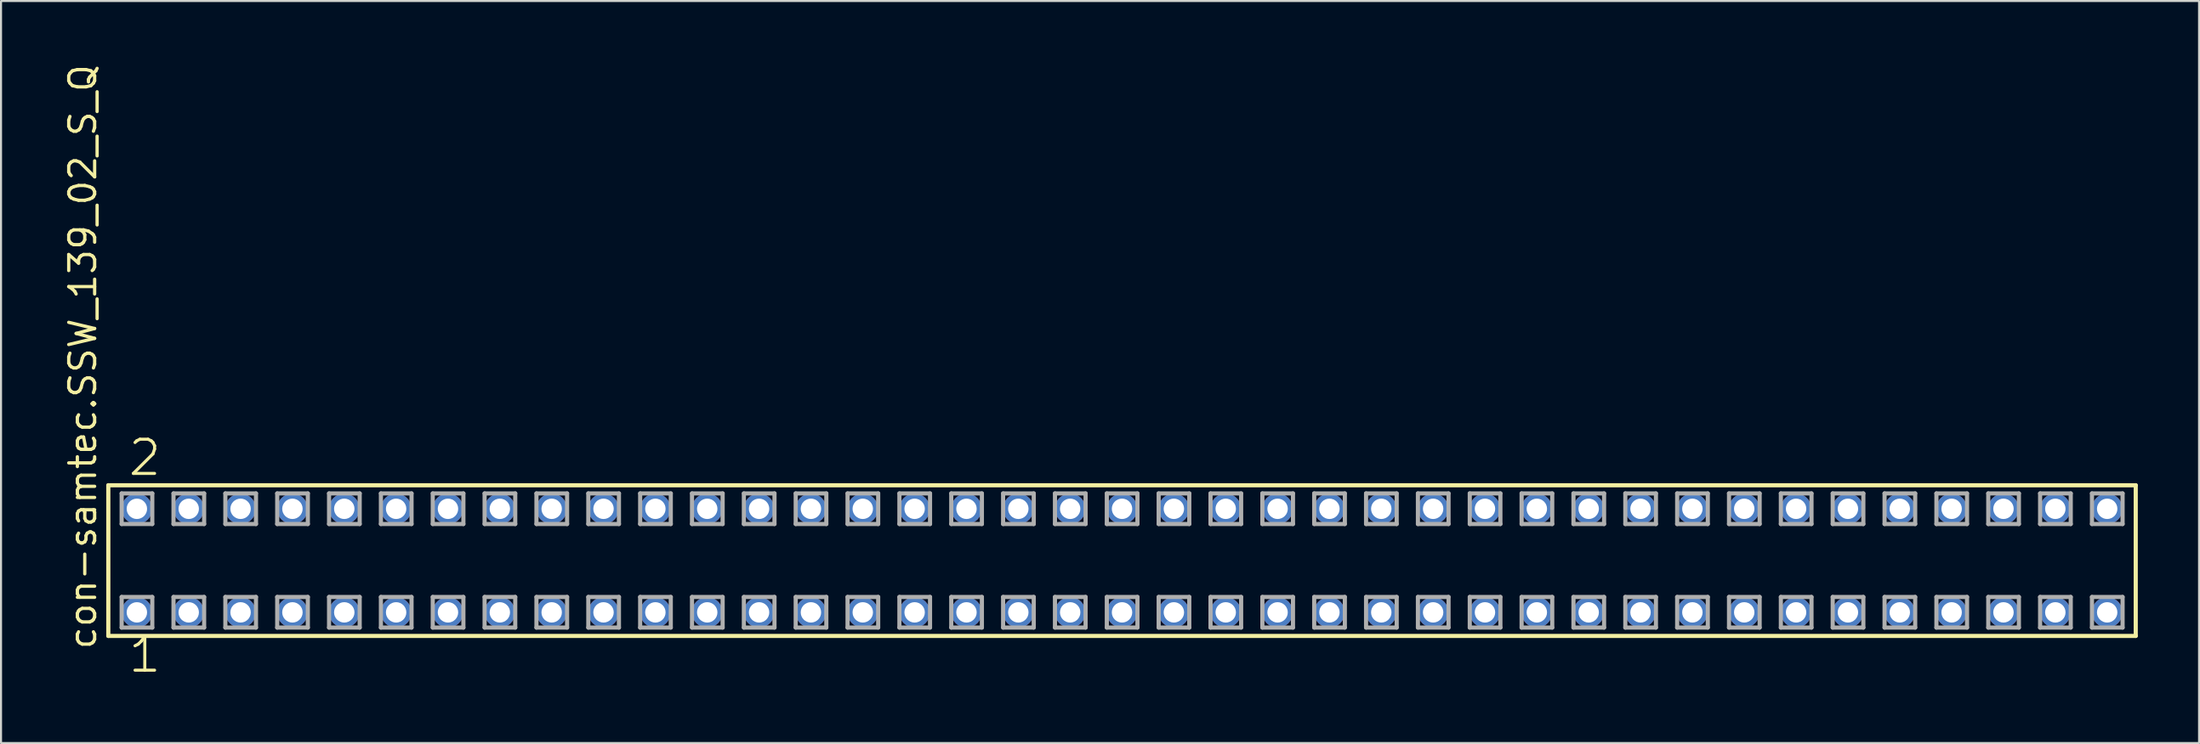
<source format=kicad_pcb>
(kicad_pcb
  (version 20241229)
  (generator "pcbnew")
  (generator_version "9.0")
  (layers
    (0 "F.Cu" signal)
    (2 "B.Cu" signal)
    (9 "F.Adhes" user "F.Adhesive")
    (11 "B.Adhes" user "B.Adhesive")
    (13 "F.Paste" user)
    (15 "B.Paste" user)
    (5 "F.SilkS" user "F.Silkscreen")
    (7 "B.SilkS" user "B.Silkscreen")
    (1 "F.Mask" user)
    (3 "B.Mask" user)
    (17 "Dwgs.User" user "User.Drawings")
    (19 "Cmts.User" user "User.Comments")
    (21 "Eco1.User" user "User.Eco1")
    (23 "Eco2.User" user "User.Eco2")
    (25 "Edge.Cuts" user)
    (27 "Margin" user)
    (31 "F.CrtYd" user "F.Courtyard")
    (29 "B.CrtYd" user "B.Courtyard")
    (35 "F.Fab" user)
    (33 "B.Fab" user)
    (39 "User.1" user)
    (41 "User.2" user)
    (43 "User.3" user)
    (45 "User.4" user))
  (footprint "con-samtec.SSW_139_02_S_Q"
    (layer "F.Cu")
    (at 51.915 24.447)
    (property "Reference" "con-samtec.SSW_139_02_S_Q" (at -50.165 4.445 90) (layer "F.SilkS") (effects (font (size 1.27 1.27) (thickness 0.16)) (justify left bottom)))
    (attr through_hole)
    (fp_line (start -49.659 -3.695) (end 49.659 -3.695) (stroke (width 0.203) (type default)) (layer "F.SilkS"))
    (fp_line (start -49.659 3.695) (end -49.659 -3.695) (stroke (width 0.203) (type default)) (layer "F.SilkS"))
    (fp_line (start 49.659 -3.695) (end 49.659 3.695) (stroke (width 0.203) (type default)) (layer "F.SilkS"))
    (fp_line (start 49.659 3.695) (end -49.659 3.695) (stroke (width 0.203) (type default)) (layer "F.SilkS"))
    (fp_line (start -49.005 -3.295) (end -47.505 -3.295) (stroke (width 0.203) (type default)) (layer "F.Fab"))
    (fp_line (start -49.005 -1.795) (end -49.005 -3.295) (stroke (width 0.203) (type default)) (layer "F.Fab"))
    (fp_line (start -49.005 1.785) (end -47.505 1.785) (stroke (width 0.203) (type default)) (layer "F.Fab"))
    (fp_line (start -49.005 3.285) (end -49.005 1.785) (stroke (width 0.203) (type default)) (layer "F.Fab"))
    (fp_line (start -47.505 -3.295) (end -47.505 -1.795) (stroke (width 0.203) (type default)) (layer "F.Fab"))
    (fp_line (start -47.505 -1.795) (end -49.005 -1.795) (stroke (width 0.203) (type default)) (layer "F.Fab"))
    (fp_line (start -47.505 1.785) (end -47.505 3.285) (stroke (width 0.203) (type default)) (layer "F.Fab"))
    (fp_line (start -47.505 3.285) (end -49.005 3.285) (stroke (width 0.203) (type default)) (layer "F.Fab"))
    (fp_line (start -46.465 -3.295) (end -44.965 -3.295) (stroke (width 0.203) (type default)) (layer "F.Fab"))
    (fp_line (start -46.465 -1.795) (end -46.465 -3.295) (stroke (width 0.203) (type default)) (layer "F.Fab"))
    (fp_line (start -46.465 1.785) (end -44.965 1.785) (stroke (width 0.203) (type default)) (layer "F.Fab"))
    (fp_line (start -46.465 3.285) (end -46.465 1.785) (stroke (width 0.203) (type default)) (layer "F.Fab"))
    (fp_line (start -44.965 -3.295) (end -44.965 -1.795) (stroke (width 0.203) (type default)) (layer "F.Fab"))
    (fp_line (start -44.965 -1.795) (end -46.465 -1.795) (stroke (width 0.203) (type default)) (layer "F.Fab"))
    (fp_line (start -44.965 1.785) (end -44.965 3.285) (stroke (width 0.203) (type default)) (layer "F.Fab"))
    (fp_line (start -44.965 3.285) (end -46.465 3.285) (stroke (width 0.203) (type default)) (layer "F.Fab"))
    (fp_line (start -43.925 -3.295) (end -42.425 -3.295) (stroke (width 0.203) (type default)) (layer "F.Fab"))
    (fp_line (start -43.925 -1.795) (end -43.925 -3.295) (stroke (width 0.203) (type default)) (layer "F.Fab"))
    (fp_line (start -43.925 1.785) (end -42.425 1.785) (stroke (width 0.203) (type default)) (layer "F.Fab"))
    (fp_line (start -43.925 3.285) (end -43.925 1.785) (stroke (width 0.203) (type default)) (layer "F.Fab"))
    (fp_line (start -42.425 -3.295) (end -42.425 -1.795) (stroke (width 0.203) (type default)) (layer "F.Fab"))
    (fp_line (start -42.425 -1.795) (end -43.925 -1.795) (stroke (width 0.203) (type default)) (layer "F.Fab"))
    (fp_line (start -42.425 1.785) (end -42.425 3.285) (stroke (width 0.203) (type default)) (layer "F.Fab"))
    (fp_line (start -42.425 3.285) (end -43.925 3.285) (stroke (width 0.203) (type default)) (layer "F.Fab"))
    (fp_line (start -41.385 -3.295) (end -39.885 -3.295) (stroke (width 0.203) (type default)) (layer "F.Fab"))
    (fp_line (start -41.385 -1.795) (end -41.385 -3.295) (stroke (width 0.203) (type default)) (layer "F.Fab"))
    (fp_line (start -41.385 1.785) (end -39.885 1.785) (stroke (width 0.203) (type default)) (layer "F.Fab"))
    (fp_line (start -41.385 3.285) (end -41.385 1.785) (stroke (width 0.203) (type default)) (layer "F.Fab"))
    (fp_line (start -39.885 -3.295) (end -39.885 -1.795) (stroke (width 0.203) (type default)) (layer "F.Fab"))
    (fp_line (start -39.885 -1.795) (end -41.385 -1.795) (stroke (width 0.203) (type default)) (layer "F.Fab"))
    (fp_line (start -39.885 1.785) (end -39.885 3.285) (stroke (width 0.203) (type default)) (layer "F.Fab"))
    (fp_line (start -39.885 3.285) (end -41.385 3.285) (stroke (width 0.203) (type default)) (layer "F.Fab"))
    (fp_line (start -38.845 -3.295) (end -37.345 -3.295) (stroke (width 0.203) (type default)) (layer "F.Fab"))
    (fp_line (start -38.845 -1.795) (end -38.845 -3.295) (stroke (width 0.203) (type default)) (layer "F.Fab"))
    (fp_line (start -38.845 1.785) (end -37.345 1.785) (stroke (width 0.203) (type default)) (layer "F.Fab"))
    (fp_line (start -38.845 3.285) (end -38.845 1.785) (stroke (width 0.203) (type default)) (layer "F.Fab"))
    (fp_line (start -37.345 -3.295) (end -37.345 -1.795) (stroke (width 0.203) (type default)) (layer "F.Fab"))
    (fp_line (start -37.345 -1.795) (end -38.845 -1.795) (stroke (width 0.203) (type default)) (layer "F.Fab"))
    (fp_line (start -37.345 1.785) (end -37.345 3.285) (stroke (width 0.203) (type default)) (layer "F.Fab"))
    (fp_line (start -37.345 3.285) (end -38.845 3.285) (stroke (width 0.203) (type default)) (layer "F.Fab"))
    (fp_line (start -36.305 -3.295) (end -34.805 -3.295) (stroke (width 0.203) (type default)) (layer "F.Fab"))
    (fp_line (start -36.305 -1.795) (end -36.305 -3.295) (stroke (width 0.203) (type default)) (layer "F.Fab"))
    (fp_line (start -36.305 1.785) (end -34.805 1.785) (stroke (width 0.203) (type default)) (layer "F.Fab"))
    (fp_line (start -36.305 3.285) (end -36.305 1.785) (stroke (width 0.203) (type default)) (layer "F.Fab"))
    (fp_line (start -34.805 -3.295) (end -34.805 -1.795) (stroke (width 0.203) (type default)) (layer "F.Fab"))
    (fp_line (start -34.805 -1.795) (end -36.305 -1.795) (stroke (width 0.203) (type default)) (layer "F.Fab"))
    (fp_line (start -34.805 1.785) (end -34.805 3.285) (stroke (width 0.203) (type default)) (layer "F.Fab"))
    (fp_line (start -34.805 3.285) (end -36.305 3.285) (stroke (width 0.203) (type default)) (layer "F.Fab"))
    (fp_line (start -33.765 -3.295) (end -32.265 -3.295) (stroke (width 0.203) (type default)) (layer "F.Fab"))
    (fp_line (start -33.765 -1.795) (end -33.765 -3.295) (stroke (width 0.203) (type default)) (layer "F.Fab"))
    (fp_line (start -33.765 1.785) (end -32.265 1.785) (stroke (width 0.203) (type default)) (layer "F.Fab"))
    (fp_line (start -33.765 3.285) (end -33.765 1.785) (stroke (width 0.203) (type default)) (layer "F.Fab"))
    (fp_line (start -32.265 -3.295) (end -32.265 -1.795) (stroke (width 0.203) (type default)) (layer "F.Fab"))
    (fp_line (start -32.265 -1.795) (end -33.765 -1.795) (stroke (width 0.203) (type default)) (layer "F.Fab"))
    (fp_line (start -32.265 1.785) (end -32.265 3.285) (stroke (width 0.203) (type default)) (layer "F.Fab"))
    (fp_line (start -32.265 3.285) (end -33.765 3.285) (stroke (width 0.203) (type default)) (layer "F.Fab"))
    (fp_line (start -31.225 -3.295) (end -29.725 -3.295) (stroke (width 0.203) (type default)) (layer "F.Fab"))
    (fp_line (start -31.225 -1.795) (end -31.225 -3.295) (stroke (width 0.203) (type default)) (layer "F.Fab"))
    (fp_line (start -31.225 1.785) (end -29.725 1.785) (stroke (width 0.203) (type default)) (layer "F.Fab"))
    (fp_line (start -31.225 3.285) (end -31.225 1.785) (stroke (width 0.203) (type default)) (layer "F.Fab"))
    (fp_line (start -29.725 -3.295) (end -29.725 -1.795) (stroke (width 0.203) (type default)) (layer "F.Fab"))
    (fp_line (start -29.725 -1.795) (end -31.225 -1.795) (stroke (width 0.203) (type default)) (layer "F.Fab"))
    (fp_line (start -29.725 1.785) (end -29.725 3.285) (stroke (width 0.203) (type default)) (layer "F.Fab"))
    (fp_line (start -29.725 3.285) (end -31.225 3.285) (stroke (width 0.203) (type default)) (layer "F.Fab"))
    (fp_line (start -28.685 -3.295) (end -27.185 -3.295) (stroke (width 0.203) (type default)) (layer "F.Fab"))
    (fp_line (start -28.685 -1.795) (end -28.685 -3.295) (stroke (width 0.203) (type default)) (layer "F.Fab"))
    (fp_line (start -28.685 1.785) (end -27.185 1.785) (stroke (width 0.203) (type default)) (layer "F.Fab"))
    (fp_line (start -28.685 3.285) (end -28.685 1.785) (stroke (width 0.203) (type default)) (layer "F.Fab"))
    (fp_line (start -27.185 -3.295) (end -27.185 -1.795) (stroke (width 0.203) (type default)) (layer "F.Fab"))
    (fp_line (start -27.185 -1.795) (end -28.685 -1.795) (stroke (width 0.203) (type default)) (layer "F.Fab"))
    (fp_line (start -27.185 1.785) (end -27.185 3.285) (stroke (width 0.203) (type default)) (layer "F.Fab"))
    (fp_line (start -27.185 3.285) (end -28.685 3.285) (stroke (width 0.203) (type default)) (layer "F.Fab"))
    (fp_line (start -26.145 -3.295) (end -24.645 -3.295) (stroke (width 0.203) (type default)) (layer "F.Fab"))
    (fp_line (start -26.145 -1.795) (end -26.145 -3.295) (stroke (width 0.203) (type default)) (layer "F.Fab"))
    (fp_line (start -26.145 1.785) (end -24.645 1.785) (stroke (width 0.203) (type default)) (layer "F.Fab"))
    (fp_line (start -26.145 3.285) (end -26.145 1.785) (stroke (width 0.203) (type default)) (layer "F.Fab"))
    (fp_line (start -24.645 -3.295) (end -24.645 -1.795) (stroke (width 0.203) (type default)) (layer "F.Fab"))
    (fp_line (start -24.645 -1.795) (end -26.145 -1.795) (stroke (width 0.203) (type default)) (layer "F.Fab"))
    (fp_line (start -24.645 1.785) (end -24.645 3.285) (stroke (width 0.203) (type default)) (layer "F.Fab"))
    (fp_line (start -24.645 3.285) (end -26.145 3.285) (stroke (width 0.203) (type default)) (layer "F.Fab"))
    (fp_line (start -23.605 -3.295) (end -22.105 -3.295) (stroke (width 0.203) (type default)) (layer "F.Fab"))
    (fp_line (start -23.605 -1.795) (end -23.605 -3.295) (stroke (width 0.203) (type default)) (layer "F.Fab"))
    (fp_line (start -23.605 1.785) (end -22.105 1.785) (stroke (width 0.203) (type default)) (layer "F.Fab"))
    (fp_line (start -23.605 3.285) (end -23.605 1.785) (stroke (width 0.203) (type default)) (layer "F.Fab"))
    (fp_line (start -22.105 -3.295) (end -22.105 -1.795) (stroke (width 0.203) (type default)) (layer "F.Fab"))
    (fp_line (start -22.105 -1.795) (end -23.605 -1.795) (stroke (width 0.203) (type default)) (layer "F.Fab"))
    (fp_line (start -22.105 1.785) (end -22.105 3.285) (stroke (width 0.203) (type default)) (layer "F.Fab"))
    (fp_line (start -22.105 3.285) (end -23.605 3.285) (stroke (width 0.203) (type default)) (layer "F.Fab"))
    (fp_line (start -21.065 -3.295) (end -19.565 -3.295) (stroke (width 0.203) (type default)) (layer "F.Fab"))
    (fp_line (start -21.065 -1.795) (end -21.065 -3.295) (stroke (width 0.203) (type default)) (layer "F.Fab"))
    (fp_line (start -21.065 1.785) (end -19.565 1.785) (stroke (width 0.203) (type default)) (layer "F.Fab"))
    (fp_line (start -21.065 3.285) (end -21.065 1.785) (stroke (width 0.203) (type default)) (layer "F.Fab"))
    (fp_line (start -19.565 -3.295) (end -19.565 -1.795) (stroke (width 0.203) (type default)) (layer "F.Fab"))
    (fp_line (start -19.565 -1.795) (end -21.065 -1.795) (stroke (width 0.203) (type default)) (layer "F.Fab"))
    (fp_line (start -19.565 1.785) (end -19.565 3.285) (stroke (width 0.203) (type default)) (layer "F.Fab"))
    (fp_line (start -19.565 3.285) (end -21.065 3.285) (stroke (width 0.203) (type default)) (layer "F.Fab"))
    (fp_line (start -18.525 -3.295) (end -17.025 -3.295) (stroke (width 0.203) (type default)) (layer "F.Fab"))
    (fp_line (start -18.525 -1.795) (end -18.525 -3.295) (stroke (width 0.203) (type default)) (layer "F.Fab"))
    (fp_line (start -18.525 1.785) (end -17.025 1.785) (stroke (width 0.203) (type default)) (layer "F.Fab"))
    (fp_line (start -18.525 3.285) (end -18.525 1.785) (stroke (width 0.203) (type default)) (layer "F.Fab"))
    (fp_line (start -17.025 -3.295) (end -17.025 -1.795) (stroke (width 0.203) (type default)) (layer "F.Fab"))
    (fp_line (start -17.025 -1.795) (end -18.525 -1.795) (stroke (width 0.203) (type default)) (layer "F.Fab"))
    (fp_line (start -17.025 1.785) (end -17.025 3.285) (stroke (width 0.203) (type default)) (layer "F.Fab"))
    (fp_line (start -17.025 3.285) (end -18.525 3.285) (stroke (width 0.203) (type default)) (layer "F.Fab"))
    (fp_line (start -15.985 -3.295) (end -14.485 -3.295) (stroke (width 0.203) (type default)) (layer "F.Fab"))
    (fp_line (start -15.985 -1.795) (end -15.985 -3.295) (stroke (width 0.203) (type default)) (layer "F.Fab"))
    (fp_line (start -15.985 1.785) (end -14.485 1.785) (stroke (width 0.203) (type default)) (layer "F.Fab"))
    (fp_line (start -15.985 3.285) (end -15.985 1.785) (stroke (width 0.203) (type default)) (layer "F.Fab"))
    (fp_line (start -14.485 -3.295) (end -14.485 -1.795) (stroke (width 0.203) (type default)) (layer "F.Fab"))
    (fp_line (start -14.485 -1.795) (end -15.985 -1.795) (stroke (width 0.203) (type default)) (layer "F.Fab"))
    (fp_line (start -14.485 1.785) (end -14.485 3.285) (stroke (width 0.203) (type default)) (layer "F.Fab"))
    (fp_line (start -14.485 3.285) (end -15.985 3.285) (stroke (width 0.203) (type default)) (layer "F.Fab"))
    (fp_line (start -13.445 -3.295) (end -11.945 -3.295) (stroke (width 0.203) (type default)) (layer "F.Fab"))
    (fp_line (start -13.445 -1.795) (end -13.445 -3.295) (stroke (width 0.203) (type default)) (layer "F.Fab"))
    (fp_line (start -13.445 1.785) (end -11.945 1.785) (stroke (width 0.203) (type default)) (layer "F.Fab"))
    (fp_line (start -13.445 3.285) (end -13.445 1.785) (stroke (width 0.203) (type default)) (layer "F.Fab"))
    (fp_line (start -11.945 -3.295) (end -11.945 -1.795) (stroke (width 0.203) (type default)) (layer "F.Fab"))
    (fp_line (start -11.945 -1.795) (end -13.445 -1.795) (stroke (width 0.203) (type default)) (layer "F.Fab"))
    (fp_line (start -11.945 1.785) (end -11.945 3.285) (stroke (width 0.203) (type default)) (layer "F.Fab"))
    (fp_line (start -11.945 3.285) (end -13.445 3.285) (stroke (width 0.203) (type default)) (layer "F.Fab"))
    (fp_line (start -10.905 -3.295) (end -9.405 -3.295) (stroke (width 0.203) (type default)) (layer "F.Fab"))
    (fp_line (start -10.905 -1.795) (end -10.905 -3.295) (stroke (width 0.203) (type default)) (layer "F.Fab"))
    (fp_line (start -10.905 1.785) (end -9.405 1.785) (stroke (width 0.203) (type default)) (layer "F.Fab"))
    (fp_line (start -10.905 3.285) (end -10.905 1.785) (stroke (width 0.203) (type default)) (layer "F.Fab"))
    (fp_line (start -9.405 -3.295) (end -9.405 -1.795) (stroke (width 0.203) (type default)) (layer "F.Fab"))
    (fp_line (start -9.405 -1.795) (end -10.905 -1.795) (stroke (width 0.203) (type default)) (layer "F.Fab"))
    (fp_line (start -9.405 1.785) (end -9.405 3.285) (stroke (width 0.203) (type default)) (layer "F.Fab"))
    (fp_line (start -9.405 3.285) (end -10.905 3.285) (stroke (width 0.203) (type default)) (layer "F.Fab"))
    (fp_line (start -8.365 -3.295) (end -6.865 -3.295) (stroke (width 0.203) (type default)) (layer "F.Fab"))
    (fp_line (start -8.365 -1.795) (end -8.365 -3.295) (stroke (width 0.203) (type default)) (layer "F.Fab"))
    (fp_line (start -8.365 1.785) (end -6.865 1.785) (stroke (width 0.203) (type default)) (layer "F.Fab"))
    (fp_line (start -8.365 3.285) (end -8.365 1.785) (stroke (width 0.203) (type default)) (layer "F.Fab"))
    (fp_line (start -6.865 -3.295) (end -6.865 -1.795) (stroke (width 0.203) (type default)) (layer "F.Fab"))
    (fp_line (start -6.865 -1.795) (end -8.365 -1.795) (stroke (width 0.203) (type default)) (layer "F.Fab"))
    (fp_line (start -6.865 1.785) (end -6.865 3.285) (stroke (width 0.203) (type default)) (layer "F.Fab"))
    (fp_line (start -6.865 3.285) (end -8.365 3.285) (stroke (width 0.203) (type default)) (layer "F.Fab"))
    (fp_line (start -5.825 -3.295) (end -4.325 -3.295) (stroke (width 0.203) (type default)) (layer "F.Fab"))
    (fp_line (start -5.825 -1.795) (end -5.825 -3.295) (stroke (width 0.203) (type default)) (layer "F.Fab"))
    (fp_line (start -5.825 1.785) (end -4.325 1.785) (stroke (width 0.203) (type default)) (layer "F.Fab"))
    (fp_line (start -5.825 3.285) (end -5.825 1.785) (stroke (width 0.203) (type default)) (layer "F.Fab"))
    (fp_line (start -4.325 -3.295) (end -4.325 -1.795) (stroke (width 0.203) (type default)) (layer "F.Fab"))
    (fp_line (start -4.325 -1.795) (end -5.825 -1.795) (stroke (width 0.203) (type default)) (layer "F.Fab"))
    (fp_line (start -4.325 1.785) (end -4.325 3.285) (stroke (width 0.203) (type default)) (layer "F.Fab"))
    (fp_line (start -4.325 3.285) (end -5.825 3.285) (stroke (width 0.203) (type default)) (layer "F.Fab"))
    (fp_line (start -3.285 -3.295) (end -1.785 -3.295) (stroke (width 0.203) (type default)) (layer "F.Fab"))
    (fp_line (start -3.285 -1.795) (end -3.285 -3.295) (stroke (width 0.203) (type default)) (layer "F.Fab"))
    (fp_line (start -3.285 1.785) (end -1.785 1.785) (stroke (width 0.203) (type default)) (layer "F.Fab"))
    (fp_line (start -3.285 3.285) (end -3.285 1.785) (stroke (width 0.203) (type default)) (layer "F.Fab"))
    (fp_line (start -1.785 -3.295) (end -1.785 -1.795) (stroke (width 0.203) (type default)) (layer "F.Fab"))
    (fp_line (start -1.785 -1.795) (end -3.285 -1.795) (stroke (width 0.203) (type default)) (layer "F.Fab"))
    (fp_line (start -1.785 1.785) (end -1.785 3.285) (stroke (width 0.203) (type default)) (layer "F.Fab"))
    (fp_line (start -1.785 3.285) (end -3.285 3.285) (stroke (width 0.203) (type default)) (layer "F.Fab"))
    (fp_line (start -0.745 -3.295) (end 0.755 -3.295) (stroke (width 0.203) (type default)) (layer "F.Fab"))
    (fp_line (start -0.745 -1.795) (end -0.745 -3.295) (stroke (width 0.203) (type default)) (layer "F.Fab"))
    (fp_line (start -0.745 1.785) (end 0.755 1.785) (stroke (width 0.203) (type default)) (layer "F.Fab"))
    (fp_line (start -0.745 3.285) (end -0.745 1.785) (stroke (width 0.203) (type default)) (layer "F.Fab"))
    (fp_line (start 0.755 -3.295) (end 0.755 -1.795) (stroke (width 0.203) (type default)) (layer "F.Fab"))
    (fp_line (start 0.755 -1.795) (end -0.745 -1.795) (stroke (width 0.203) (type default)) (layer "F.Fab"))
    (fp_line (start 0.755 1.785) (end 0.755 3.285) (stroke (width 0.203) (type default)) (layer "F.Fab"))
    (fp_line (start 0.755 3.285) (end -0.745 3.285) (stroke (width 0.203) (type default)) (layer "F.Fab"))
    (fp_line (start 1.795 -3.295) (end 3.295 -3.295) (stroke (width 0.203) (type default)) (layer "F.Fab"))
    (fp_line (start 1.795 -1.795) (end 1.795 -3.295) (stroke (width 0.203) (type default)) (layer "F.Fab"))
    (fp_line (start 1.795 1.785) (end 3.295 1.785) (stroke (width 0.203) (type default)) (layer "F.Fab"))
    (fp_line (start 1.795 3.285) (end 1.795 1.785) (stroke (width 0.203) (type default)) (layer "F.Fab"))
    (fp_line (start 3.295 -3.295) (end 3.295 -1.795) (stroke (width 0.203) (type default)) (layer "F.Fab"))
    (fp_line (start 3.295 -1.795) (end 1.795 -1.795) (stroke (width 0.203) (type default)) (layer "F.Fab"))
    (fp_line (start 3.295 1.785) (end 3.295 3.285) (stroke (width 0.203) (type default)) (layer "F.Fab"))
    (fp_line (start 3.295 3.285) (end 1.795 3.285) (stroke (width 0.203) (type default)) (layer "F.Fab"))
    (fp_line (start 4.335 -3.295) (end 5.835 -3.295) (stroke (width 0.203) (type default)) (layer "F.Fab"))
    (fp_line (start 4.335 -1.795) (end 4.335 -3.295) (stroke (width 0.203) (type default)) (layer "F.Fab"))
    (fp_line (start 4.335 1.785) (end 5.835 1.785) (stroke (width 0.203) (type default)) (layer "F.Fab"))
    (fp_line (start 4.335 3.285) (end 4.335 1.785) (stroke (width 0.203) (type default)) (layer "F.Fab"))
    (fp_line (start 5.835 -3.295) (end 5.835 -1.795) (stroke (width 0.203) (type default)) (layer "F.Fab"))
    (fp_line (start 5.835 -1.795) (end 4.335 -1.795) (stroke (width 0.203) (type default)) (layer "F.Fab"))
    (fp_line (start 5.835 1.785) (end 5.835 3.285) (stroke (width 0.203) (type default)) (layer "F.Fab"))
    (fp_line (start 5.835 3.285) (end 4.335 3.285) (stroke (width 0.203) (type default)) (layer "F.Fab"))
    (fp_line (start 6.875 -3.295) (end 8.375 -3.295) (stroke (width 0.203) (type default)) (layer "F.Fab"))
    (fp_line (start 6.875 -1.795) (end 6.875 -3.295) (stroke (width 0.203) (type default)) (layer "F.Fab"))
    (fp_line (start 6.875 1.785) (end 8.375 1.785) (stroke (width 0.203) (type default)) (layer "F.Fab"))
    (fp_line (start 6.875 3.285) (end 6.875 1.785) (stroke (width 0.203) (type default)) (layer "F.Fab"))
    (fp_line (start 8.375 -3.295) (end 8.375 -1.795) (stroke (width 0.203) (type default)) (layer "F.Fab"))
    (fp_line (start 8.375 -1.795) (end 6.875 -1.795) (stroke (width 0.203) (type default)) (layer "F.Fab"))
    (fp_line (start 8.375 1.785) (end 8.375 3.285) (stroke (width 0.203) (type default)) (layer "F.Fab"))
    (fp_line (start 8.375 3.285) (end 6.875 3.285) (stroke (width 0.203) (type default)) (layer "F.Fab"))
    (fp_line (start 9.415 -3.295) (end 10.915 -3.295) (stroke (width 0.203) (type default)) (layer "F.Fab"))
    (fp_line (start 9.415 -1.795) (end 9.415 -3.295) (stroke (width 0.203) (type default)) (layer "F.Fab"))
    (fp_line (start 9.415 1.785) (end 10.915 1.785) (stroke (width 0.203) (type default)) (layer "F.Fab"))
    (fp_line (start 9.415 3.285) (end 9.415 1.785) (stroke (width 0.203) (type default)) (layer "F.Fab"))
    (fp_line (start 10.915 -3.295) (end 10.915 -1.795) (stroke (width 0.203) (type default)) (layer "F.Fab"))
    (fp_line (start 10.915 -1.795) (end 9.415 -1.795) (stroke (width 0.203) (type default)) (layer "F.Fab"))
    (fp_line (start 10.915 1.785) (end 10.915 3.285) (stroke (width 0.203) (type default)) (layer "F.Fab"))
    (fp_line (start 10.915 3.285) (end 9.415 3.285) (stroke (width 0.203) (type default)) (layer "F.Fab"))
    (fp_line (start 11.955 -3.295) (end 13.455 -3.295) (stroke (width 0.203) (type default)) (layer "F.Fab"))
    (fp_line (start 11.955 -1.795) (end 11.955 -3.295) (stroke (width 0.203) (type default)) (layer "F.Fab"))
    (fp_line (start 11.955 1.785) (end 13.455 1.785) (stroke (width 0.203) (type default)) (layer "F.Fab"))
    (fp_line (start 11.955 3.285) (end 11.955 1.785) (stroke (width 0.203) (type default)) (layer "F.Fab"))
    (fp_line (start 13.455 -3.295) (end 13.455 -1.795) (stroke (width 0.203) (type default)) (layer "F.Fab"))
    (fp_line (start 13.455 -1.795) (end 11.955 -1.795) (stroke (width 0.203) (type default)) (layer "F.Fab"))
    (fp_line (start 13.455 1.785) (end 13.455 3.285) (stroke (width 0.203) (type default)) (layer "F.Fab"))
    (fp_line (start 13.455 3.285) (end 11.955 3.285) (stroke (width 0.203) (type default)) (layer "F.Fab"))
    (fp_line (start 14.495 -3.295) (end 15.995 -3.295) (stroke (width 0.203) (type default)) (layer "F.Fab"))
    (fp_line (start 14.495 -1.795) (end 14.495 -3.295) (stroke (width 0.203) (type default)) (layer "F.Fab"))
    (fp_line (start 14.495 1.785) (end 15.995 1.785) (stroke (width 0.203) (type default)) (layer "F.Fab"))
    (fp_line (start 14.495 3.285) (end 14.495 1.785) (stroke (width 0.203) (type default)) (layer "F.Fab"))
    (fp_line (start 15.995 -3.295) (end 15.995 -1.795) (stroke (width 0.203) (type default)) (layer "F.Fab"))
    (fp_line (start 15.995 -1.795) (end 14.495 -1.795) (stroke (width 0.203) (type default)) (layer "F.Fab"))
    (fp_line (start 15.995 1.785) (end 15.995 3.285) (stroke (width 0.203) (type default)) (layer "F.Fab"))
    (fp_line (start 15.995 3.285) (end 14.495 3.285) (stroke (width 0.203) (type default)) (layer "F.Fab"))
    (fp_line (start 17.035 -3.295) (end 18.535 -3.295) (stroke (width 0.203) (type default)) (layer "F.Fab"))
    (fp_line (start 17.035 -1.795) (end 17.035 -3.295) (stroke (width 0.203) (type default)) (layer "F.Fab"))
    (fp_line (start 17.035 1.785) (end 18.535 1.785) (stroke (width 0.203) (type default)) (layer "F.Fab"))
    (fp_line (start 17.035 3.285) (end 17.035 1.785) (stroke (width 0.203) (type default)) (layer "F.Fab"))
    (fp_line (start 18.535 -3.295) (end 18.535 -1.795) (stroke (width 0.203) (type default)) (layer "F.Fab"))
    (fp_line (start 18.535 -1.795) (end 17.035 -1.795) (stroke (width 0.203) (type default)) (layer "F.Fab"))
    (fp_line (start 18.535 1.785) (end 18.535 3.285) (stroke (width 0.203) (type default)) (layer "F.Fab"))
    (fp_line (start 18.535 3.285) (end 17.035 3.285) (stroke (width 0.203) (type default)) (layer "F.Fab"))
    (fp_line (start 19.575 -3.295) (end 21.075 -3.295) (stroke (width 0.203) (type default)) (layer "F.Fab"))
    (fp_line (start 19.575 -1.795) (end 19.575 -3.295) (stroke (width 0.203) (type default)) (layer "F.Fab"))
    (fp_line (start 19.575 1.785) (end 21.075 1.785) (stroke (width 0.203) (type default)) (layer "F.Fab"))
    (fp_line (start 19.575 3.285) (end 19.575 1.785) (stroke (width 0.203) (type default)) (layer "F.Fab"))
    (fp_line (start 21.075 -3.295) (end 21.075 -1.795) (stroke (width 0.203) (type default)) (layer "F.Fab"))
    (fp_line (start 21.075 -1.795) (end 19.575 -1.795) (stroke (width 0.203) (type default)) (layer "F.Fab"))
    (fp_line (start 21.075 1.785) (end 21.075 3.285) (stroke (width 0.203) (type default)) (layer "F.Fab"))
    (fp_line (start 21.075 3.285) (end 19.575 3.285) (stroke (width 0.203) (type default)) (layer "F.Fab"))
    (fp_line (start 22.115 -3.295) (end 23.615 -3.295) (stroke (width 0.203) (type default)) (layer "F.Fab"))
    (fp_line (start 22.115 -1.795) (end 22.115 -3.295) (stroke (width 0.203) (type default)) (layer "F.Fab"))
    (fp_line (start 22.115 1.785) (end 23.615 1.785) (stroke (width 0.203) (type default)) (layer "F.Fab"))
    (fp_line (start 22.115 3.285) (end 22.115 1.785) (stroke (width 0.203) (type default)) (layer "F.Fab"))
    (fp_line (start 23.615 -3.295) (end 23.615 -1.795) (stroke (width 0.203) (type default)) (layer "F.Fab"))
    (fp_line (start 23.615 -1.795) (end 22.115 -1.795) (stroke (width 0.203) (type default)) (layer "F.Fab"))
    (fp_line (start 23.615 1.785) (end 23.615 3.285) (stroke (width 0.203) (type default)) (layer "F.Fab"))
    (fp_line (start 23.615 3.285) (end 22.115 3.285) (stroke (width 0.203) (type default)) (layer "F.Fab"))
    (fp_line (start 24.655 -3.295) (end 26.155 -3.295) (stroke (width 0.203) (type default)) (layer "F.Fab"))
    (fp_line (start 24.655 -1.795) (end 24.655 -3.295) (stroke (width 0.203) (type default)) (layer "F.Fab"))
    (fp_line (start 24.655 1.785) (end 26.155 1.785) (stroke (width 0.203) (type default)) (layer "F.Fab"))
    (fp_line (start 24.655 3.285) (end 24.655 1.785) (stroke (width 0.203) (type default)) (layer "F.Fab"))
    (fp_line (start 26.155 -3.295) (end 26.155 -1.795) (stroke (width 0.203) (type default)) (layer "F.Fab"))
    (fp_line (start 26.155 -1.795) (end 24.655 -1.795) (stroke (width 0.203) (type default)) (layer "F.Fab"))
    (fp_line (start 26.155 1.785) (end 26.155 3.285) (stroke (width 0.203) (type default)) (layer "F.Fab"))
    (fp_line (start 26.155 3.285) (end 24.655 3.285) (stroke (width 0.203) (type default)) (layer "F.Fab"))
    (fp_line (start 27.195 -3.295) (end 28.695 -3.295) (stroke (width 0.203) (type default)) (layer "F.Fab"))
    (fp_line (start 27.195 -1.795) (end 27.195 -3.295) (stroke (width 0.203) (type default)) (layer "F.Fab"))
    (fp_line (start 27.195 1.785) (end 28.695 1.785) (stroke (width 0.203) (type default)) (layer "F.Fab"))
    (fp_line (start 27.195 3.285) (end 27.195 1.785) (stroke (width 0.203) (type default)) (layer "F.Fab"))
    (fp_line (start 28.695 -3.295) (end 28.695 -1.795) (stroke (width 0.203) (type default)) (layer "F.Fab"))
    (fp_line (start 28.695 -1.795) (end 27.195 -1.795) (stroke (width 0.203) (type default)) (layer "F.Fab"))
    (fp_line (start 28.695 1.785) (end 28.695 3.285) (stroke (width 0.203) (type default)) (layer "F.Fab"))
    (fp_line (start 28.695 3.285) (end 27.195 3.285) (stroke (width 0.203) (type default)) (layer "F.Fab"))
    (fp_line (start 29.735 -3.295) (end 31.235 -3.295) (stroke (width 0.203) (type default)) (layer "F.Fab"))
    (fp_line (start 29.735 -1.795) (end 29.735 -3.295) (stroke (width 0.203) (type default)) (layer "F.Fab"))
    (fp_line (start 29.735 1.785) (end 31.235 1.785) (stroke (width 0.203) (type default)) (layer "F.Fab"))
    (fp_line (start 29.735 3.285) (end 29.735 1.785) (stroke (width 0.203) (type default)) (layer "F.Fab"))
    (fp_line (start 31.235 -3.295) (end 31.235 -1.795) (stroke (width 0.203) (type default)) (layer "F.Fab"))
    (fp_line (start 31.235 -1.795) (end 29.735 -1.795) (stroke (width 0.203) (type default)) (layer "F.Fab"))
    (fp_line (start 31.235 1.785) (end 31.235 3.285) (stroke (width 0.203) (type default)) (layer "F.Fab"))
    (fp_line (start 31.235 3.285) (end 29.735 3.285) (stroke (width 0.203) (type default)) (layer "F.Fab"))
    (fp_line (start 32.275 -3.295) (end 33.775 -3.295) (stroke (width 0.203) (type default)) (layer "F.Fab"))
    (fp_line (start 32.275 -1.795) (end 32.275 -3.295) (stroke (width 0.203) (type default)) (layer "F.Fab"))
    (fp_line (start 32.275 1.785) (end 33.775 1.785) (stroke (width 0.203) (type default)) (layer "F.Fab"))
    (fp_line (start 32.275 3.285) (end 32.275 1.785) (stroke (width 0.203) (type default)) (layer "F.Fab"))
    (fp_line (start 33.775 -3.295) (end 33.775 -1.795) (stroke (width 0.203) (type default)) (layer "F.Fab"))
    (fp_line (start 33.775 -1.795) (end 32.275 -1.795) (stroke (width 0.203) (type default)) (layer "F.Fab"))
    (fp_line (start 33.775 1.785) (end 33.775 3.285) (stroke (width 0.203) (type default)) (layer "F.Fab"))
    (fp_line (start 33.775 3.285) (end 32.275 3.285) (stroke (width 0.203) (type default)) (layer "F.Fab"))
    (fp_line (start 34.815 -3.295) (end 36.315 -3.295) (stroke (width 0.203) (type default)) (layer "F.Fab"))
    (fp_line (start 34.815 -1.795) (end 34.815 -3.295) (stroke (width 0.203) (type default)) (layer "F.Fab"))
    (fp_line (start 34.815 1.785) (end 36.315 1.785) (stroke (width 0.203) (type default)) (layer "F.Fab"))
    (fp_line (start 34.815 3.285) (end 34.815 1.785) (stroke (width 0.203) (type default)) (layer "F.Fab"))
    (fp_line (start 36.315 -3.295) (end 36.315 -1.795) (stroke (width 0.203) (type default)) (layer "F.Fab"))
    (fp_line (start 36.315 -1.795) (end 34.815 -1.795) (stroke (width 0.203) (type default)) (layer "F.Fab"))
    (fp_line (start 36.315 1.785) (end 36.315 3.285) (stroke (width 0.203) (type default)) (layer "F.Fab"))
    (fp_line (start 36.315 3.285) (end 34.815 3.285) (stroke (width 0.203) (type default)) (layer "F.Fab"))
    (fp_line (start 37.355 -3.295) (end 38.855 -3.295) (stroke (width 0.203) (type default)) (layer "F.Fab"))
    (fp_line (start 37.355 -1.795) (end 37.355 -3.295) (stroke (width 0.203) (type default)) (layer "F.Fab"))
    (fp_line (start 37.355 1.785) (end 38.855 1.785) (stroke (width 0.203) (type default)) (layer "F.Fab"))
    (fp_line (start 37.355 3.285) (end 37.355 1.785) (stroke (width 0.203) (type default)) (layer "F.Fab"))
    (fp_line (start 38.855 -3.295) (end 38.855 -1.795) (stroke (width 0.203) (type default)) (layer "F.Fab"))
    (fp_line (start 38.855 -1.795) (end 37.355 -1.795) (stroke (width 0.203) (type default)) (layer "F.Fab"))
    (fp_line (start 38.855 1.785) (end 38.855 3.285) (stroke (width 0.203) (type default)) (layer "F.Fab"))
    (fp_line (start 38.855 3.285) (end 37.355 3.285) (stroke (width 0.203) (type default)) (layer "F.Fab"))
    (fp_line (start 39.895 -3.295) (end 41.395 -3.295) (stroke (width 0.203) (type default)) (layer "F.Fab"))
    (fp_line (start 39.895 -1.795) (end 39.895 -3.295) (stroke (width 0.203) (type default)) (layer "F.Fab"))
    (fp_line (start 39.895 1.785) (end 41.395 1.785) (stroke (width 0.203) (type default)) (layer "F.Fab"))
    (fp_line (start 39.895 3.285) (end 39.895 1.785) (stroke (width 0.203) (type default)) (layer "F.Fab"))
    (fp_line (start 41.395 -3.295) (end 41.395 -1.795) (stroke (width 0.203) (type default)) (layer "F.Fab"))
    (fp_line (start 41.395 -1.795) (end 39.895 -1.795) (stroke (width 0.203) (type default)) (layer "F.Fab"))
    (fp_line (start 41.395 1.785) (end 41.395 3.285) (stroke (width 0.203) (type default)) (layer "F.Fab"))
    (fp_line (start 41.395 3.285) (end 39.895 3.285) (stroke (width 0.203) (type default)) (layer "F.Fab"))
    (fp_line (start 42.435 -3.295) (end 43.935 -3.295) (stroke (width 0.203) (type default)) (layer "F.Fab"))
    (fp_line (start 42.435 -1.795) (end 42.435 -3.295) (stroke (width 0.203) (type default)) (layer "F.Fab"))
    (fp_line (start 42.435 1.785) (end 43.935 1.785) (stroke (width 0.203) (type default)) (layer "F.Fab"))
    (fp_line (start 42.435 3.285) (end 42.435 1.785) (stroke (width 0.203) (type default)) (layer "F.Fab"))
    (fp_line (start 43.935 -3.295) (end 43.935 -1.795) (stroke (width 0.203) (type default)) (layer "F.Fab"))
    (fp_line (start 43.935 -1.795) (end 42.435 -1.795) (stroke (width 0.203) (type default)) (layer "F.Fab"))
    (fp_line (start 43.935 1.785) (end 43.935 3.285) (stroke (width 0.203) (type default)) (layer "F.Fab"))
    (fp_line (start 43.935 3.285) (end 42.435 3.285) (stroke (width 0.203) (type default)) (layer "F.Fab"))
    (fp_line (start 44.975 -3.295) (end 46.475 -3.295) (stroke (width 0.203) (type default)) (layer "F.Fab"))
    (fp_line (start 44.975 -1.795) (end 44.975 -3.295) (stroke (width 0.203) (type default)) (layer "F.Fab"))
    (fp_line (start 44.975 1.785) (end 46.475 1.785) (stroke (width 0.203) (type default)) (layer "F.Fab"))
    (fp_line (start 44.975 3.285) (end 44.975 1.785) (stroke (width 0.203) (type default)) (layer "F.Fab"))
    (fp_line (start 46.475 -3.295) (end 46.475 -1.795) (stroke (width 0.203) (type default)) (layer "F.Fab"))
    (fp_line (start 46.475 -1.795) (end 44.975 -1.795) (stroke (width 0.203) (type default)) (layer "F.Fab"))
    (fp_line (start 46.475 1.785) (end 46.475 3.285) (stroke (width 0.203) (type default)) (layer "F.Fab"))
    (fp_line (start 46.475 3.285) (end 44.975 3.285) (stroke (width 0.203) (type default)) (layer "F.Fab"))
    (fp_line (start 47.515 -3.295) (end 49.015 -3.295) (stroke (width 0.203) (type default)) (layer "F.Fab"))
    (fp_line (start 47.515 -1.795) (end 47.515 -3.295) (stroke (width 0.203) (type default)) (layer "F.Fab"))
    (fp_line (start 47.515 1.785) (end 49.015 1.785) (stroke (width 0.203) (type default)) (layer "F.Fab"))
    (fp_line (start 47.515 3.285) (end 47.515 1.785) (stroke (width 0.203) (type default)) (layer "F.Fab"))
    (fp_line (start 49.015 -3.295) (end 49.015 -1.795) (stroke (width 0.203) (type default)) (layer "F.Fab"))
    (fp_line (start 49.015 -1.795) (end 47.515 -1.795) (stroke (width 0.203) (type default)) (layer "F.Fab"))
    (fp_line (start 49.015 1.785) (end 49.015 3.285) (stroke (width 0.203) (type default)) (layer "F.Fab"))
    (fp_line (start 49.015 3.285) (end 47.515 3.285) (stroke (width 0.203) (type default)) (layer "F.Fab"))
    (fp_text user "1" (at -48.768 5.588 0) (layer "F.SilkS") (effects (font (size 1.676 1.676) (thickness 0.15)) (justify left bottom)))
    (fp_text user "2" (at -48.768 -4.064 0) (layer "F.SilkS") (effects (font (size 1.676 1.676) (thickness 0.15)) (justify left bottom)))
    (pad "1" thru_hole circle (at -48.26 2.54) (size 1.5 1.5) (drill 1) (layers "*.Cu" "*.Mask"))
    (pad "2" thru_hole circle (at -48.26 -2.54) (size 1.5 1.5) (drill 1) (layers "*.Cu" "*.Mask"))
    (pad "3" thru_hole circle (at -45.72 2.54) (size 1.5 1.5) (drill 1) (layers "*.Cu" "*.Mask"))
    (pad "4" thru_hole circle (at -45.72 -2.54) (size 1.5 1.5) (drill 1) (layers "*.Cu" "*.Mask"))
    (pad "5" thru_hole circle (at -43.18 2.54) (size 1.5 1.5) (drill 1) (layers "*.Cu" "*.Mask"))
    (pad "6" thru_hole circle (at -43.18 -2.54) (size 1.5 1.5) (drill 1) (layers "*.Cu" "*.Mask"))
    (pad "7" thru_hole circle (at -40.64 2.54) (size 1.5 1.5) (drill 1) (layers "*.Cu" "*.Mask"))
    (pad "8" thru_hole circle (at -40.64 -2.54) (size 1.5 1.5) (drill 1) (layers "*.Cu" "*.Mask"))
    (pad "9" thru_hole circle (at -38.1 2.54) (size 1.5 1.5) (drill 1) (layers "*.Cu" "*.Mask"))
    (pad "10" thru_hole circle (at -38.1 -2.54) (size 1.5 1.5) (drill 1) (layers "*.Cu" "*.Mask"))
    (pad "11" thru_hole circle (at -35.56 2.54) (size 1.5 1.5) (drill 1) (layers "*.Cu" "*.Mask"))
    (pad "12" thru_hole circle (at -35.56 -2.54) (size 1.5 1.5) (drill 1) (layers "*.Cu" "*.Mask"))
    (pad "13" thru_hole circle (at -33.02 2.54) (size 1.5 1.5) (drill 1) (layers "*.Cu" "*.Mask"))
    (pad "14" thru_hole circle (at -33.02 -2.54) (size 1.5 1.5) (drill 1) (layers "*.Cu" "*.Mask"))
    (pad "15" thru_hole circle (at -30.48 2.54) (size 1.5 1.5) (drill 1) (layers "*.Cu" "*.Mask"))
    (pad "16" thru_hole circle (at -30.48 -2.54) (size 1.5 1.5) (drill 1) (layers "*.Cu" "*.Mask"))
    (pad "17" thru_hole circle (at -27.94 2.54) (size 1.5 1.5) (drill 1) (layers "*.Cu" "*.Mask"))
    (pad "18" thru_hole circle (at -27.94 -2.54) (size 1.5 1.5) (drill 1) (layers "*.Cu" "*.Mask"))
    (pad "19" thru_hole circle (at -25.4 2.54) (size 1.5 1.5) (drill 1) (layers "*.Cu" "*.Mask"))
    (pad "20" thru_hole circle (at -25.4 -2.54) (size 1.5 1.5) (drill 1) (layers "*.Cu" "*.Mask"))
    (pad "21" thru_hole circle (at -22.86 2.54) (size 1.5 1.5) (drill 1) (layers "*.Cu" "*.Mask"))
    (pad "22" thru_hole circle (at -22.86 -2.54) (size 1.5 1.5) (drill 1) (layers "*.Cu" "*.Mask"))
    (pad "23" thru_hole circle (at -20.32 2.54) (size 1.5 1.5) (drill 1) (layers "*.Cu" "*.Mask"))
    (pad "24" thru_hole circle (at -20.32 -2.54) (size 1.5 1.5) (drill 1) (layers "*.Cu" "*.Mask"))
    (pad "25" thru_hole circle (at -17.78 2.54) (size 1.5 1.5) (drill 1) (layers "*.Cu" "*.Mask"))
    (pad "26" thru_hole circle (at -17.78 -2.54) (size 1.5 1.5) (drill 1) (layers "*.Cu" "*.Mask"))
    (pad "27" thru_hole circle (at -15.24 2.54) (size 1.5 1.5) (drill 1) (layers "*.Cu" "*.Mask"))
    (pad "28" thru_hole circle (at -15.24 -2.54) (size 1.5 1.5) (drill 1) (layers "*.Cu" "*.Mask"))
    (pad "29" thru_hole circle (at -12.7 2.54) (size 1.5 1.5) (drill 1) (layers "*.Cu" "*.Mask"))
    (pad "30" thru_hole circle (at -12.7 -2.54) (size 1.5 1.5) (drill 1) (layers "*.Cu" "*.Mask"))
    (pad "31" thru_hole circle (at -10.16 2.54) (size 1.5 1.5) (drill 1) (layers "*.Cu" "*.Mask"))
    (pad "32" thru_hole circle (at -10.16 -2.54) (size 1.5 1.5) (drill 1) (layers "*.Cu" "*.Mask"))
    (pad "33" thru_hole circle (at -7.62 2.54) (size 1.5 1.5) (drill 1) (layers "*.Cu" "*.Mask"))
    (pad "34" thru_hole circle (at -7.62 -2.54) (size 1.5 1.5) (drill 1) (layers "*.Cu" "*.Mask"))
    (pad "35" thru_hole circle (at -5.08 2.54) (size 1.5 1.5) (drill 1) (layers "*.Cu" "*.Mask"))
    (pad "36" thru_hole circle (at -5.08 -2.54) (size 1.5 1.5) (drill 1) (layers "*.Cu" "*.Mask"))
    (pad "37" thru_hole circle (at -2.54 2.54) (size 1.5 1.5) (drill 1) (layers "*.Cu" "*.Mask"))
    (pad "38" thru_hole circle (at -2.54 -2.54) (size 1.5 1.5) (drill 1) (layers "*.Cu" "*.Mask"))
    (pad "39" thru_hole circle (at 0 2.54) (size 1.5 1.5) (drill 1) (layers "*.Cu" "*.Mask"))
    (pad "40" thru_hole circle (at 0 -2.54) (size 1.5 1.5) (drill 1) (layers "*.Cu" "*.Mask"))
    (pad "41" thru_hole circle (at 2.54 2.54) (size 1.5 1.5) (drill 1) (layers "*.Cu" "*.Mask"))
    (pad "42" thru_hole circle (at 2.54 -2.54) (size 1.5 1.5) (drill 1) (layers "*.Cu" "*.Mask"))
    (pad "43" thru_hole circle (at 5.08 2.54) (size 1.5 1.5) (drill 1) (layers "*.Cu" "*.Mask"))
    (pad "44" thru_hole circle (at 5.08 -2.54) (size 1.5 1.5) (drill 1) (layers "*.Cu" "*.Mask"))
    (pad "45" thru_hole circle (at 7.62 2.54) (size 1.5 1.5) (drill 1) (layers "*.Cu" "*.Mask"))
    (pad "46" thru_hole circle (at 7.62 -2.54) (size 1.5 1.5) (drill 1) (layers "*.Cu" "*.Mask"))
    (pad "47" thru_hole circle (at 10.16 2.54) (size 1.5 1.5) (drill 1) (layers "*.Cu" "*.Mask"))
    (pad "48" thru_hole circle (at 10.16 -2.54) (size 1.5 1.5) (drill 1) (layers "*.Cu" "*.Mask"))
    (pad "49" thru_hole circle (at 12.7 2.54) (size 1.5 1.5) (drill 1) (layers "*.Cu" "*.Mask"))
    (pad "50" thru_hole circle (at 12.7 -2.54) (size 1.5 1.5) (drill 1) (layers "*.Cu" "*.Mask"))
    (pad "51" thru_hole circle (at 15.24 2.54) (size 1.5 1.5) (drill 1) (layers "*.Cu" "*.Mask"))
    (pad "52" thru_hole circle (at 15.24 -2.54) (size 1.5 1.5) (drill 1) (layers "*.Cu" "*.Mask"))
    (pad "53" thru_hole circle (at 17.78 2.54) (size 1.5 1.5) (drill 1) (layers "*.Cu" "*.Mask"))
    (pad "54" thru_hole circle (at 17.78 -2.54) (size 1.5 1.5) (drill 1) (layers "*.Cu" "*.Mask"))
    (pad "55" thru_hole circle (at 20.32 2.54) (size 1.5 1.5) (drill 1) (layers "*.Cu" "*.Mask"))
    (pad "56" thru_hole circle (at 20.32 -2.54) (size 1.5 1.5) (drill 1) (layers "*.Cu" "*.Mask"))
    (pad "57" thru_hole circle (at 22.86 2.54) (size 1.5 1.5) (drill 1) (layers "*.Cu" "*.Mask"))
    (pad "58" thru_hole circle (at 22.86 -2.54) (size 1.5 1.5) (drill 1) (layers "*.Cu" "*.Mask"))
    (pad "59" thru_hole circle (at 25.4 2.54) (size 1.5 1.5) (drill 1) (layers "*.Cu" "*.Mask"))
    (pad "60" thru_hole circle (at 25.4 -2.54) (size 1.5 1.5) (drill 1) (layers "*.Cu" "*.Mask"))
    (pad "61" thru_hole circle (at 27.94 2.54) (size 1.5 1.5) (drill 1) (layers "*.Cu" "*.Mask"))
    (pad "62" thru_hole circle (at 27.94 -2.54) (size 1.5 1.5) (drill 1) (layers "*.Cu" "*.Mask"))
    (pad "63" thru_hole circle (at 30.48 2.54) (size 1.5 1.5) (drill 1) (layers "*.Cu" "*.Mask"))
    (pad "64" thru_hole circle (at 30.48 -2.54) (size 1.5 1.5) (drill 1) (layers "*.Cu" "*.Mask"))
    (pad "65" thru_hole circle (at 33.02 2.54) (size 1.5 1.5) (drill 1) (layers "*.Cu" "*.Mask"))
    (pad "66" thru_hole circle (at 33.02 -2.54) (size 1.5 1.5) (drill 1) (layers "*.Cu" "*.Mask"))
    (pad "67" thru_hole circle (at 35.56 2.54) (size 1.5 1.5) (drill 1) (layers "*.Cu" "*.Mask"))
    (pad "68" thru_hole circle (at 35.56 -2.54) (size 1.5 1.5) (drill 1) (layers "*.Cu" "*.Mask"))
    (pad "69" thru_hole circle (at 38.1 2.54) (size 1.5 1.5) (drill 1) (layers "*.Cu" "*.Mask"))
    (pad "70" thru_hole circle (at 38.1 -2.54) (size 1.5 1.5) (drill 1) (layers "*.Cu" "*.Mask"))
    (pad "71" thru_hole circle (at 40.64 2.54) (size 1.5 1.5) (drill 1) (layers "*.Cu" "*.Mask"))
    (pad "72" thru_hole circle (at 40.64 -2.54) (size 1.5 1.5) (drill 1) (layers "*.Cu" "*.Mask"))
    (pad "73" thru_hole circle (at 43.18 2.54) (size 1.5 1.5) (drill 1) (layers "*.Cu" "*.Mask"))
    (pad "74" thru_hole circle (at 43.18 -2.54) (size 1.5 1.5) (drill 1) (layers "*.Cu" "*.Mask"))
    (pad "75" thru_hole circle (at 45.72 2.54) (size 1.5 1.5) (drill 1) (layers "*.Cu" "*.Mask"))
    (pad "76" thru_hole circle (at 45.72 -2.54) (size 1.5 1.5) (drill 1) (layers "*.Cu" "*.Mask"))
    (pad "77" thru_hole circle (at 48.26 2.54) (size 1.5 1.5) (drill 1) (layers "*.Cu" "*.Mask"))
    (pad "78" thru_hole circle (at 48.26 -2.54) (size 1.5 1.5) (drill 1) (layers "*.Cu" "*.Mask")))
  (gr_rect
    (start -3 -3)
    (end 104.676 33.396)
    (stroke (width 0.1) (type default))
    (fill no)
    (layer "Edge.Cuts")))
</source>
